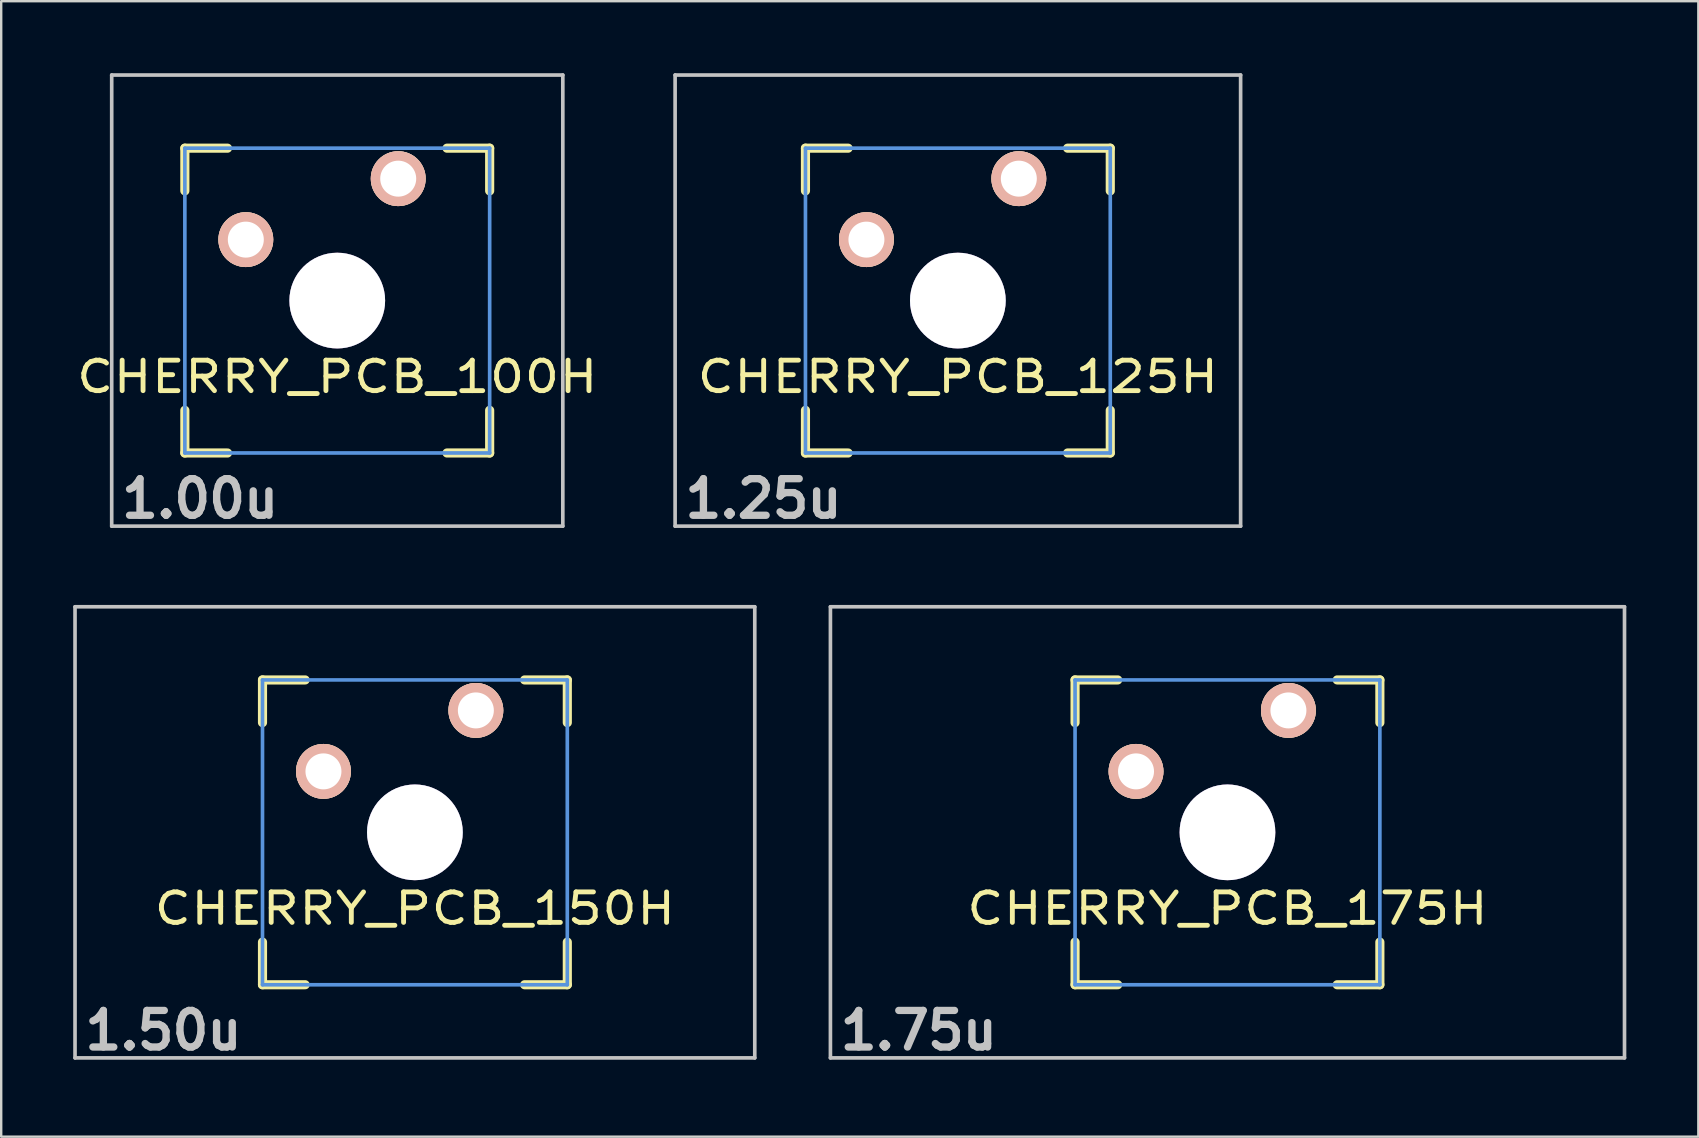
<source format=kicad_pcb>
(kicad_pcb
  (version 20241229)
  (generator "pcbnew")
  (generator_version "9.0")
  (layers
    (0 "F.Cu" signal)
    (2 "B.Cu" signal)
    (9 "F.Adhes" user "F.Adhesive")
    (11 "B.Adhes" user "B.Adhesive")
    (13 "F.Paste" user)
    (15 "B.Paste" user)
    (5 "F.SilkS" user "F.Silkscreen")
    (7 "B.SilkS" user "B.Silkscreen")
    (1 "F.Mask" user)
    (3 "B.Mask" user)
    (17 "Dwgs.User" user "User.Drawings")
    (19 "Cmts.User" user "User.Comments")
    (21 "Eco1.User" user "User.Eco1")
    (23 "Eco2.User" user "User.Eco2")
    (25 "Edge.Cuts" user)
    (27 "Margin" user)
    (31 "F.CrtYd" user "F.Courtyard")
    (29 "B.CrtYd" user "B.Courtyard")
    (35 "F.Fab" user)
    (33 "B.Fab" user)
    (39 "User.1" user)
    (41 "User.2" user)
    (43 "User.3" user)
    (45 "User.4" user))
  (footprint "CHERRY_PCB_100H"
    (layer "F.Cu")
    (at 11.002 9.474)
    (property "Reference" "CHERRY_PCB_100H" (at 0 3.175 0) (layer "F.SilkS") (effects (font (size 1.27 1.524) (thickness 0.203))))
    (attr through_hole)
    (fp_line (start -6.35 -6.35) (end -4.572 -6.35) (stroke (width 0.381) (type solid)) (layer "F.SilkS"))
    (fp_line (start -6.35 -4.572) (end -6.35 -6.35) (stroke (width 0.381) (type solid)) (layer "F.SilkS"))
    (fp_line (start -6.35 6.35) (end -6.35 4.572) (stroke (width 0.381) (type solid)) (layer "F.SilkS"))
    (fp_line (start -4.572 6.35) (end -6.35 6.35) (stroke (width 0.381) (type solid)) (layer "F.SilkS"))
    (fp_line (start 4.572 -6.35) (end 6.35 -6.35) (stroke (width 0.381) (type solid)) (layer "F.SilkS"))
    (fp_line (start 6.35 -6.35) (end 6.35 -4.572) (stroke (width 0.381) (type solid)) (layer "F.SilkS"))
    (fp_line (start 6.35 4.572) (end 6.35 6.35) (stroke (width 0.381) (type solid)) (layer "F.SilkS"))
    (fp_line (start 6.35 6.35) (end 4.572 6.35) (stroke (width 0.381) (type solid)) (layer "F.SilkS"))
    (fp_line (start -9.398 -9.398) (end 9.398 -9.398) (stroke (width 0.152) (type solid)) (layer "Dwgs.User"))
    (fp_line (start -9.398 9.398) (end -9.398 -9.398) (stroke (width 0.152) (type solid)) (layer "Dwgs.User"))
    (fp_line (start 9.398 -9.398) (end 9.398 9.398) (stroke (width 0.152) (type solid)) (layer "Dwgs.User"))
    (fp_line (start 9.398 9.398) (end -9.398 9.398) (stroke (width 0.152) (type solid)) (layer "Dwgs.User"))
    (fp_line (start -6.35 -6.35) (end 6.35 -6.35) (stroke (width 0.152) (type solid)) (layer "Cmts.User"))
    (fp_line (start -6.35 6.35) (end -6.35 -6.35) (stroke (width 0.152) (type solid)) (layer "Cmts.User"))
    (fp_line (start 6.35 -6.35) (end 6.35 6.35) (stroke (width 0.152) (type solid)) (layer "Cmts.User"))
    (fp_line (start 6.35 6.35) (end -6.35 6.35) (stroke (width 0.152) (type solid)) (layer "Cmts.User"))
    (fp_line (start -6.985 -6.985) (end 6.985 -6.985) (stroke (width 0.152) (type solid)) (layer "Eco2.User"))
    (fp_line (start -6.985 6.985) (end -6.985 -6.985) (stroke (width 0.152) (type solid)) (layer "Eco2.User"))
    (fp_line (start 6.985 -6.985) (end 6.985 6.985) (stroke (width 0.152) (type solid)) (layer "Eco2.User"))
    (fp_line (start 6.985 6.985) (end -6.985 6.985) (stroke (width 0.152) (type solid)) (layer "Eco2.User"))
    (fp_text user "1.00u" (at -5.715 8.255 0) (layer "Dwgs.User") (effects (font (size 1.524 1.524) (thickness 0.305))))
    (pad "1" thru_hole circle (at 2.54 -5.08) (size 2.286 2.286) (drill 1.499) (layers "*.Cu" "*.SilkS" "*.Mask"))
    (pad "2" thru_hole circle (at -3.81 -2.54) (size 2.286 2.286) (drill 1.499) (layers "*.Cu" "*.SilkS" "*.Mask"))
    (pad "HOLE" thru_hole circle (at 0 0) (size 3.988 3.988) (drill 3.988) (layers "*.Cu" "*.Mask")))
  (footprint "CHERRY_PCB_175H"
    (layer "F.Cu")
    (at 48.093 31.63)
    (property "Reference" "CHERRY_PCB_175H" (at 0 3.175 0) (layer "F.SilkS") (effects (font (size 1.27 1.524) (thickness 0.203))))
    (attr through_hole)
    (fp_line (start -6.35 -6.35) (end -4.572 -6.35) (stroke (width 0.381) (type solid)) (layer "F.SilkS"))
    (fp_line (start -6.35 -4.572) (end -6.35 -6.35) (stroke (width 0.381) (type solid)) (layer "F.SilkS"))
    (fp_line (start -6.35 6.35) (end -6.35 4.572) (stroke (width 0.381) (type solid)) (layer "F.SilkS"))
    (fp_line (start -4.572 6.35) (end -6.35 6.35) (stroke (width 0.381) (type solid)) (layer "F.SilkS"))
    (fp_line (start 4.572 -6.35) (end 6.35 -6.35) (stroke (width 0.381) (type solid)) (layer "F.SilkS"))
    (fp_line (start 6.35 -6.35) (end 6.35 -4.572) (stroke (width 0.381) (type solid)) (layer "F.SilkS"))
    (fp_line (start 6.35 4.572) (end 6.35 6.35) (stroke (width 0.381) (type solid)) (layer "F.SilkS"))
    (fp_line (start 6.35 6.35) (end 4.572 6.35) (stroke (width 0.381) (type solid)) (layer "F.SilkS"))
    (fp_line (start -16.543 -9.398) (end 16.543 -9.398) (stroke (width 0.152) (type solid)) (layer "Dwgs.User"))
    (fp_line (start -16.543 9.398) (end -16.543 -9.398) (stroke (width 0.152) (type solid)) (layer "Dwgs.User"))
    (fp_line (start 16.543 -9.398) (end 16.543 9.398) (stroke (width 0.152) (type solid)) (layer "Dwgs.User"))
    (fp_line (start 16.543 9.398) (end -16.543 9.398) (stroke (width 0.152) (type solid)) (layer "Dwgs.User"))
    (fp_line (start -6.35 -6.35) (end 6.35 -6.35) (stroke (width 0.152) (type solid)) (layer "Cmts.User"))
    (fp_line (start -6.35 6.35) (end -6.35 -6.35) (stroke (width 0.152) (type solid)) (layer "Cmts.User"))
    (fp_line (start 6.35 -6.35) (end 6.35 6.35) (stroke (width 0.152) (type solid)) (layer "Cmts.User"))
    (fp_line (start 6.35 6.35) (end -6.35 6.35) (stroke (width 0.152) (type solid)) (layer "Cmts.User"))
    (fp_line (start -6.985 -6.985) (end 6.985 -6.985) (stroke (width 0.152) (type solid)) (layer "Eco2.User"))
    (fp_line (start -6.985 6.985) (end -6.985 -6.985) (stroke (width 0.152) (type solid)) (layer "Eco2.User"))
    (fp_line (start 6.985 -6.985) (end 6.985 6.985) (stroke (width 0.152) (type solid)) (layer "Eco2.User"))
    (fp_line (start 6.985 6.985) (end -6.985 6.985) (stroke (width 0.152) (type solid)) (layer "Eco2.User"))
    (fp_text user "1.75u" (at -12.86 8.255 0) (layer "Dwgs.User") (effects (font (size 1.524 1.524) (thickness 0.305))))
    (pad "1" thru_hole circle (at 2.54 -5.08) (size 2.286 2.286) (drill 1.499) (layers "*.Cu" "*.SilkS" "*.Mask"))
    (pad "2" thru_hole circle (at -3.81 -2.54) (size 2.286 2.286) (drill 1.499) (layers "*.Cu" "*.SilkS" "*.Mask"))
    (pad "HOLE" thru_hole circle (at 0 0) (size 3.988 3.988) (drill 3.988) (layers "*.Cu" "*.Mask")))
  (footprint "CHERRY_PCB_150H"
    (layer "F.Cu")
    (at 14.237 31.63)
    (property "Reference" "CHERRY_PCB_150H" (at 0 3.175 0) (layer "F.SilkS") (effects (font (size 1.27 1.524) (thickness 0.203))))
    (attr through_hole)
    (fp_line (start -6.35 -6.35) (end -4.572 -6.35) (stroke (width 0.381) (type solid)) (layer "F.SilkS"))
    (fp_line (start -6.35 -4.572) (end -6.35 -6.35) (stroke (width 0.381) (type solid)) (layer "F.SilkS"))
    (fp_line (start -6.35 6.35) (end -6.35 4.572) (stroke (width 0.381) (type solid)) (layer "F.SilkS"))
    (fp_line (start -4.572 6.35) (end -6.35 6.35) (stroke (width 0.381) (type solid)) (layer "F.SilkS"))
    (fp_line (start 4.572 -6.35) (end 6.35 -6.35) (stroke (width 0.381) (type solid)) (layer "F.SilkS"))
    (fp_line (start 6.35 -6.35) (end 6.35 -4.572) (stroke (width 0.381) (type solid)) (layer "F.SilkS"))
    (fp_line (start 6.35 4.572) (end 6.35 6.35) (stroke (width 0.381) (type solid)) (layer "F.SilkS"))
    (fp_line (start 6.35 6.35) (end 4.572 6.35) (stroke (width 0.381) (type solid)) (layer "F.SilkS"))
    (fp_line (start -14.161 -9.398) (end 14.161 -9.398) (stroke (width 0.152) (type solid)) (layer "Dwgs.User"))
    (fp_line (start -14.161 9.398) (end -14.161 -9.398) (stroke (width 0.152) (type solid)) (layer "Dwgs.User"))
    (fp_line (start 14.161 -9.398) (end 14.161 9.398) (stroke (width 0.152) (type solid)) (layer "Dwgs.User"))
    (fp_line (start 14.161 9.398) (end -14.161 9.398) (stroke (width 0.152) (type solid)) (layer "Dwgs.User"))
    (fp_line (start -6.35 -6.35) (end 6.35 -6.35) (stroke (width 0.152) (type solid)) (layer "Cmts.User"))
    (fp_line (start -6.35 6.35) (end -6.35 -6.35) (stroke (width 0.152) (type solid)) (layer "Cmts.User"))
    (fp_line (start 6.35 -6.35) (end 6.35 6.35) (stroke (width 0.152) (type solid)) (layer "Cmts.User"))
    (fp_line (start 6.35 6.35) (end -6.35 6.35) (stroke (width 0.152) (type solid)) (layer "Cmts.User"))
    (fp_line (start -6.985 -6.985) (end 6.985 -6.985) (stroke (width 0.152) (type solid)) (layer "Eco2.User"))
    (fp_line (start -6.985 6.985) (end -6.985 -6.985) (stroke (width 0.152) (type solid)) (layer "Eco2.User"))
    (fp_line (start 6.985 -6.985) (end 6.985 6.985) (stroke (width 0.152) (type solid)) (layer "Eco2.User"))
    (fp_line (start 6.985 6.985) (end -6.985 6.985) (stroke (width 0.152) (type solid)) (layer "Eco2.User"))
    (fp_text user "1.50u" (at -10.477 8.255 0) (layer "Dwgs.User") (effects (font (size 1.524 1.524) (thickness 0.305))))
    (pad "1" thru_hole circle (at 2.54 -5.08) (size 2.286 2.286) (drill 1.499) (layers "*.Cu" "*.SilkS" "*.Mask"))
    (pad "2" thru_hole circle (at -3.81 -2.54) (size 2.286 2.286) (drill 1.499) (layers "*.Cu" "*.SilkS" "*.Mask"))
    (pad "HOLE" thru_hole circle (at 0 0) (size 3.988 3.988) (drill 3.988) (layers "*.Cu" "*.Mask")))
  (footprint "CHERRY_PCB_125H"
    (layer "F.Cu")
    (at 36.86 9.474)
    (property "Reference" "CHERRY_PCB_125H" (at 0 3.175 0) (layer "F.SilkS") (effects (font (size 1.27 1.524) (thickness 0.203))))
    (attr through_hole)
    (fp_line (start -6.35 -6.35) (end -4.572 -6.35) (stroke (width 0.381) (type solid)) (layer "F.SilkS"))
    (fp_line (start -6.35 -4.572) (end -6.35 -6.35) (stroke (width 0.381) (type solid)) (layer "F.SilkS"))
    (fp_line (start -6.35 6.35) (end -6.35 4.572) (stroke (width 0.381) (type solid)) (layer "F.SilkS"))
    (fp_line (start -4.572 6.35) (end -6.35 6.35) (stroke (width 0.381) (type solid)) (layer "F.SilkS"))
    (fp_line (start 4.572 -6.35) (end 6.35 -6.35) (stroke (width 0.381) (type solid)) (layer "F.SilkS"))
    (fp_line (start 6.35 -6.35) (end 6.35 -4.572) (stroke (width 0.381) (type solid)) (layer "F.SilkS"))
    (fp_line (start 6.35 4.572) (end 6.35 6.35) (stroke (width 0.381) (type solid)) (layer "F.SilkS"))
    (fp_line (start 6.35 6.35) (end 4.572 6.35) (stroke (width 0.381) (type solid)) (layer "F.SilkS"))
    (fp_line (start -11.781 -9.398) (end 11.781 -9.398) (stroke (width 0.152) (type solid)) (layer "Dwgs.User"))
    (fp_line (start -11.781 9.398) (end -11.781 -9.398) (stroke (width 0.152) (type solid)) (layer "Dwgs.User"))
    (fp_line (start 11.781 -9.398) (end 11.781 9.398) (stroke (width 0.152) (type solid)) (layer "Dwgs.User"))
    (fp_line (start 11.781 9.398) (end -11.781 9.398) (stroke (width 0.152) (type solid)) (layer "Dwgs.User"))
    (fp_line (start -6.35 -6.35) (end 6.35 -6.35) (stroke (width 0.152) (type solid)) (layer "Cmts.User"))
    (fp_line (start -6.35 6.35) (end -6.35 -6.35) (stroke (width 0.152) (type solid)) (layer "Cmts.User"))
    (fp_line (start 6.35 -6.35) (end 6.35 6.35) (stroke (width 0.152) (type solid)) (layer "Cmts.User"))
    (fp_line (start 6.35 6.35) (end -6.35 6.35) (stroke (width 0.152) (type solid)) (layer "Cmts.User"))
    (fp_line (start -6.985 -6.985) (end 6.985 -6.985) (stroke (width 0.152) (type solid)) (layer "Eco2.User"))
    (fp_line (start -6.985 6.985) (end -6.985 -6.985) (stroke (width 0.152) (type solid)) (layer "Eco2.User"))
    (fp_line (start 6.985 -6.985) (end 6.985 6.985) (stroke (width 0.152) (type solid)) (layer "Eco2.User"))
    (fp_line (start 6.985 6.985) (end -6.985 6.985) (stroke (width 0.152) (type solid)) (layer "Eco2.User"))
    (fp_text user "1.25u" (at -8.098 8.255 0) (layer "Dwgs.User") (effects (font (size 1.524 1.524) (thickness 0.305))))
    (pad "1" thru_hole circle (at 2.54 -5.08) (size 2.286 2.286) (drill 1.499) (layers "*.Cu" "*.SilkS" "*.Mask"))
    (pad "2" thru_hole circle (at -3.81 -2.54) (size 2.286 2.286) (drill 1.499) (layers "*.Cu" "*.SilkS" "*.Mask"))
    (pad "HOLE" thru_hole circle (at 0 0) (size 3.988 3.988) (drill 3.988) (layers "*.Cu" "*.Mask")))
  (gr_rect
    (start -3 -3)
    (end 67.712 44.311)
    (stroke (width 0.1) (type default))
    (fill no)
    (layer "Edge.Cuts")))
</source>
